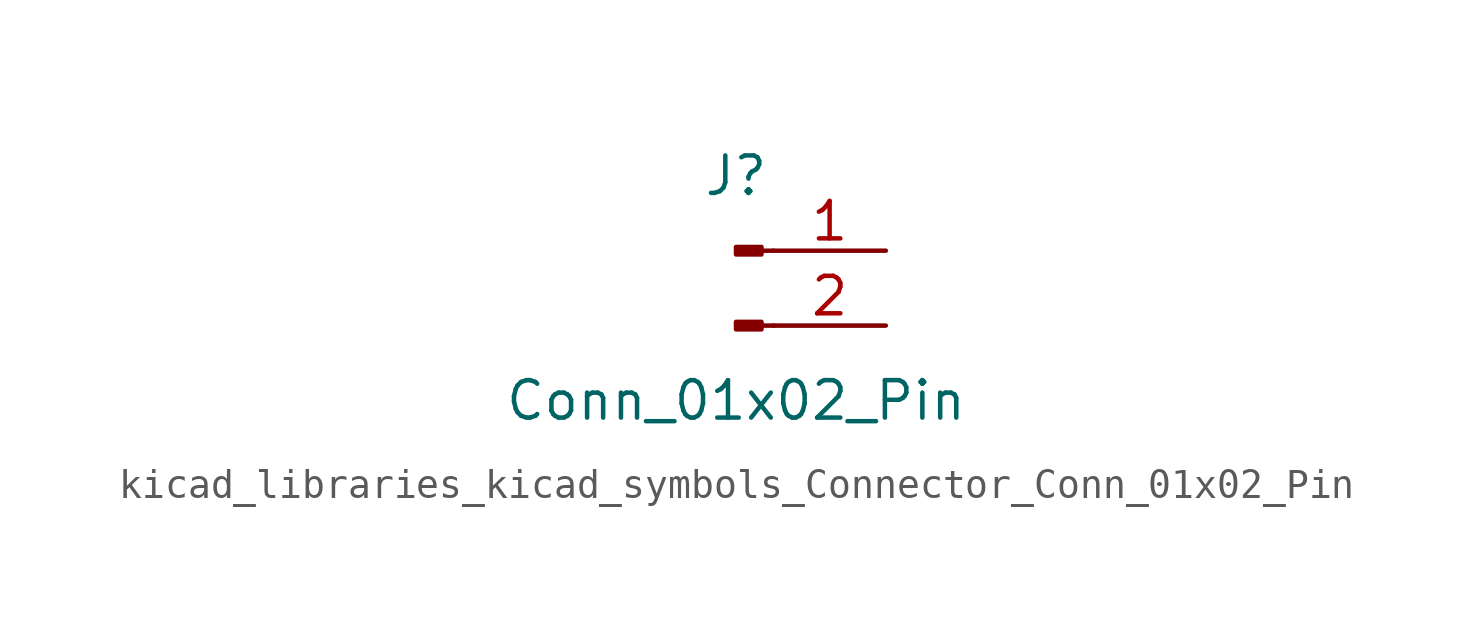
<source format=kicad_sym>
(kicad_symbol_lib
  (version 20220914)
  (generator kicad_symbol_editor)
  (symbol "kicad_libraries_kicad_symbols_Connector_Conn_01x02_Pin"
    (pin_names
      (offset 1.016) hide)
    (property "Reference" "J"
      (at 0 2.54 0)
      (effects (font (size 1.27 1.27))))
    (property "Value" "Conn_01x02_Pin"
      (at 0 -5.08 0)
      (effects (font (size 1.27 1.27))))
    (property "ki_locked" ""
      (at 0 0 0)
      (effects (font (size 1.27 1.27))))
    (symbol "kicad_libraries_kicad_symbols_Connector_Conn_01x02_Pin_1_1"
      (polyline (pts (xy 1.27 -2.54) (xy 0.864 -2.54)) (stroke (width 0.152) (type default)) (fill (type none)))
      (polyline (pts (xy 1.27 0) (xy 0.864 0)) (stroke (width 0.152) (type default)) (fill (type none)))
      (rectangle (start 0.864 -2.413) (end 0 -2.667) (stroke (width 0.152) (type default)) (fill (type outline)))
      (rectangle (start 0.864 0.127) (end 0 -0.127) (stroke (width 0.152) (type default)) (fill (type outline)))
      (pin passive line (at 5.08 0 180) (length 3.81) (name "Pin_1" (effects (font (size 1.27 1.27)))) (number "1" (effects (font (size 1.27 1.27)))))
      (pin passive line (at 5.08 -2.54 180) (length 3.81) (name "Pin_2" (effects (font (size 1.27 1.27)))) (number "2" (effects (font (size 1.27 1.27))))))))
</source>
